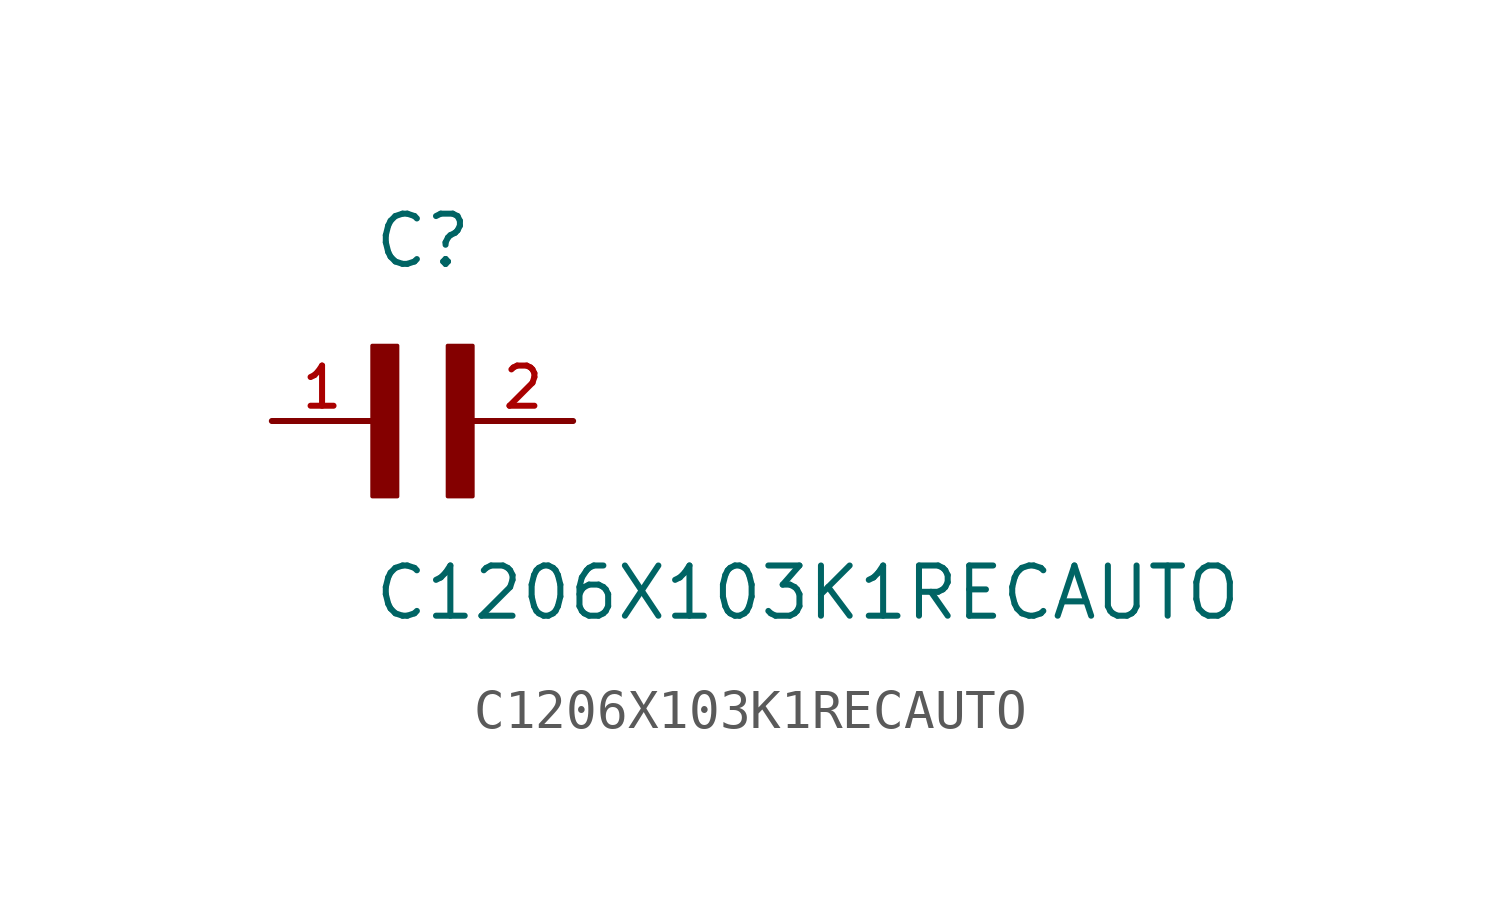
<source format=kicad_sym>
(kicad_symbol_lib
  (version 20211014)
  (generator kicad_symbol_editor)
  (symbol "C1206X103K1RECAUTO"
    (pin_names
      (offset 1.016))
    (property "Reference" "C"
      (at 0.0 3.811 0)
      (effects (font (size 1.27 1.27)) (justify bottom left)))
    (property "Value" "C1206X103K1RECAUTO"
      (at 0.0 -5.088 0)
      (effects (font (size 1.27 1.27)) (justify bottom left)))
    (symbol "C1206X103K1RECAUTO_0_0"
      (rectangle (start 0.0 -1.907) (end 0.635 1.905) (stroke (width 0.1)) (fill (type outline)))
      (rectangle (start 1.907 -1.907) (end 2.54 1.905) (stroke (width 0.1)) (fill (type outline)))
      (pin passive line (at 5.08 0.0 180.0) (length 2.54) (name "~" (effects (font (size 1.016 1.016)))) (number "2" (effects (font (size 1.016 1.016)))))
      (pin passive line (at -2.54 0.0 0) (length 2.54) (name "~" (effects (font (size 1.016 1.016)))) (number "1" (effects (font (size 1.016 1.016))))))))
</source>
